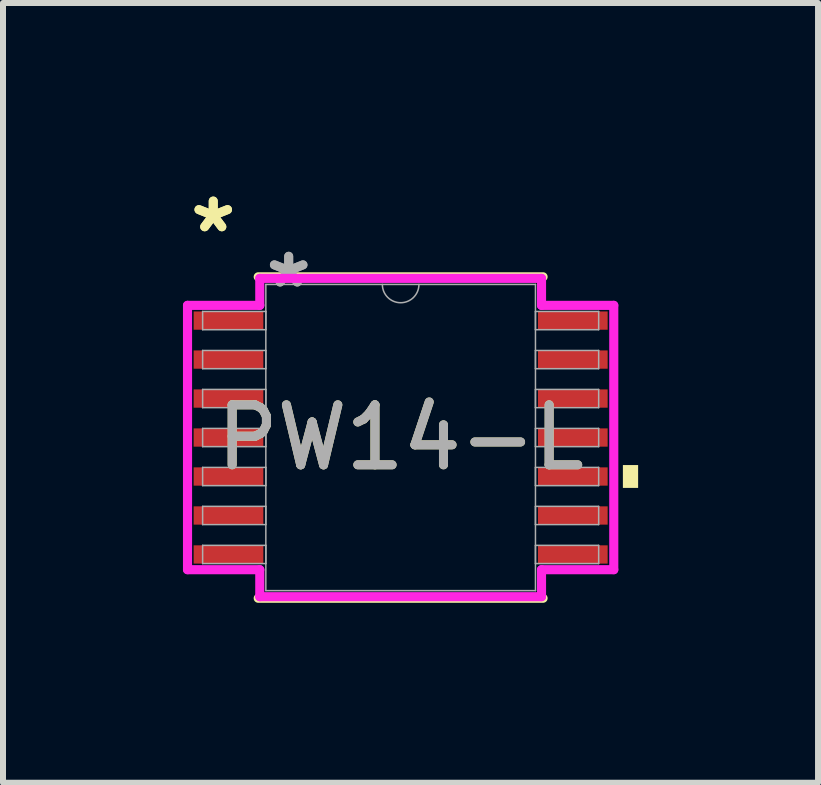
<source format=kicad_pcb>
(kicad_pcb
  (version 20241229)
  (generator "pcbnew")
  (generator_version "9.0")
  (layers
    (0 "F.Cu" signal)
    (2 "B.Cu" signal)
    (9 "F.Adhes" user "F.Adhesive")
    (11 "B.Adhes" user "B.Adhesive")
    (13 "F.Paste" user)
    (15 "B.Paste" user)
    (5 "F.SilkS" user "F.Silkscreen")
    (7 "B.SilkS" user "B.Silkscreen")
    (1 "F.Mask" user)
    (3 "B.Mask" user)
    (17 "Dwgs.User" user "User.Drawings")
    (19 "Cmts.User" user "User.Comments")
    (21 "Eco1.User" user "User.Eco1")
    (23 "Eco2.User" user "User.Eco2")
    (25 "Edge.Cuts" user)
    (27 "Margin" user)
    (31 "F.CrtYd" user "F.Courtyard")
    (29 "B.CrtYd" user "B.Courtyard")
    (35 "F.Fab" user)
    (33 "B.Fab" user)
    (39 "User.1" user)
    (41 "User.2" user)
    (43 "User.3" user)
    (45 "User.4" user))
  (footprint "PW14-L"
    (layer "F.Cu")
    (at 3.631 4.246)
    (property "Reference" "PW14-L" (at 0 0 0) (unlocked yes) (layer "F.SilkS") (effects (font (size 1 1) (thickness 0.15))))
    (attr smd)
    (fp_line (start -2.375 2.68) (end 2.375 2.68) (stroke (width 0.152) (type solid)) (layer "F.SilkS"))
    (fp_line (start 2.375 -2.68) (end -2.375 -2.68) (stroke (width 0.152) (type solid)) (layer "F.SilkS"))
    (fp_poly (pts (xy 3.96 0.459) (xy 3.96 0.84) (xy 3.706 0.84) (xy 3.706 0.459)) (stroke (width 0) (type solid)) (fill yes) (layer "F.SilkS"))
    (fp_line (start -3.554 -2.204) (end -2.349 -2.204) (stroke (width 0.152) (type solid)) (layer "F.CrtYd"))
    (fp_line (start -3.554 2.204) (end -3.554 -2.204) (stroke (width 0.152) (type solid)) (layer "F.CrtYd"))
    (fp_line (start -3.554 2.204) (end -2.349 2.204) (stroke (width 0.152) (type solid)) (layer "F.CrtYd"))
    (fp_line (start -2.349 -2.654) (end 2.349 -2.654) (stroke (width 0.152) (type solid)) (layer "F.CrtYd"))
    (fp_line (start -2.349 -2.204) (end -2.349 -2.654) (stroke (width 0.152) (type solid)) (layer "F.CrtYd"))
    (fp_line (start -2.349 2.654) (end -2.349 2.204) (stroke (width 0.152) (type solid)) (layer "F.CrtYd"))
    (fp_line (start 2.349 -2.654) (end 2.349 -2.204) (stroke (width 0.152) (type solid)) (layer "F.CrtYd"))
    (fp_line (start 2.349 2.204) (end 2.349 2.654) (stroke (width 0.152) (type solid)) (layer "F.CrtYd"))
    (fp_line (start 2.349 2.654) (end -2.349 2.654) (stroke (width 0.152) (type solid)) (layer "F.CrtYd"))
    (fp_line (start 3.554 -2.204) (end 2.349 -2.204) (stroke (width 0.152) (type solid)) (layer "F.CrtYd"))
    (fp_line (start 3.554 -2.204) (end 3.554 2.204) (stroke (width 0.152) (type solid)) (layer "F.CrtYd"))
    (fp_line (start 3.554 2.204) (end 2.349 2.204) (stroke (width 0.152) (type solid)) (layer "F.CrtYd"))
    (fp_line (start -3.302 -2.102) (end -3.302 -1.798) (stroke (width 0.025) (type solid)) (layer "F.Fab"))
    (fp_line (start -3.302 -1.798) (end -2.248 -1.798) (stroke (width 0.025) (type solid)) (layer "F.Fab"))
    (fp_line (start -3.302 -1.452) (end -3.302 -1.148) (stroke (width 0.025) (type solid)) (layer "F.Fab"))
    (fp_line (start -3.302 -1.148) (end -2.248 -1.148) (stroke (width 0.025) (type solid)) (layer "F.Fab"))
    (fp_line (start -3.302 -0.802) (end -3.302 -0.498) (stroke (width 0.025) (type solid)) (layer "F.Fab"))
    (fp_line (start -3.302 -0.498) (end -2.248 -0.498) (stroke (width 0.025) (type solid)) (layer "F.Fab"))
    (fp_line (start -3.302 -0.152) (end -3.302 0.152) (stroke (width 0.025) (type solid)) (layer "F.Fab"))
    (fp_line (start -3.302 0.152) (end -2.248 0.152) (stroke (width 0.025) (type solid)) (layer "F.Fab"))
    (fp_line (start -3.302 0.498) (end -3.302 0.802) (stroke (width 0.025) (type solid)) (layer "F.Fab"))
    (fp_line (start -3.302 0.802) (end -2.248 0.802) (stroke (width 0.025) (type solid)) (layer "F.Fab"))
    (fp_line (start -3.302 1.148) (end -3.302 1.452) (stroke (width 0.025) (type solid)) (layer "F.Fab"))
    (fp_line (start -3.302 1.452) (end -2.248 1.452) (stroke (width 0.025) (type solid)) (layer "F.Fab"))
    (fp_line (start -3.302 1.798) (end -3.302 2.102) (stroke (width 0.025) (type solid)) (layer "F.Fab"))
    (fp_line (start -3.302 2.102) (end -2.248 2.102) (stroke (width 0.025) (type solid)) (layer "F.Fab"))
    (fp_line (start -2.248 -2.553) (end -2.248 2.553) (stroke (width 0.025) (type solid)) (layer "F.Fab"))
    (fp_line (start -2.248 -2.102) (end -3.302 -2.102) (stroke (width 0.025) (type solid)) (layer "F.Fab"))
    (fp_line (start -2.248 -1.798) (end -2.248 -2.102) (stroke (width 0.025) (type solid)) (layer "F.Fab"))
    (fp_line (start -2.248 -1.452) (end -3.302 -1.452) (stroke (width 0.025) (type solid)) (layer "F.Fab"))
    (fp_line (start -2.248 -1.148) (end -2.248 -1.452) (stroke (width 0.025) (type solid)) (layer "F.Fab"))
    (fp_line (start -2.248 -0.802) (end -3.302 -0.802) (stroke (width 0.025) (type solid)) (layer "F.Fab"))
    (fp_line (start -2.248 -0.498) (end -2.248 -0.802) (stroke (width 0.025) (type solid)) (layer "F.Fab"))
    (fp_line (start -2.248 -0.152) (end -3.302 -0.152) (stroke (width 0.025) (type solid)) (layer "F.Fab"))
    (fp_line (start -2.248 0.152) (end -2.248 -0.152) (stroke (width 0.025) (type solid)) (layer "F.Fab"))
    (fp_line (start -2.248 0.498) (end -3.302 0.498) (stroke (width 0.025) (type solid)) (layer "F.Fab"))
    (fp_line (start -2.248 0.802) (end -2.248 0.498) (stroke (width 0.025) (type solid)) (layer "F.Fab"))
    (fp_line (start -2.248 1.148) (end -3.302 1.148) (stroke (width 0.025) (type solid)) (layer "F.Fab"))
    (fp_line (start -2.248 1.452) (end -2.248 1.148) (stroke (width 0.025) (type solid)) (layer "F.Fab"))
    (fp_line (start -2.248 1.798) (end -3.302 1.798) (stroke (width 0.025) (type solid)) (layer "F.Fab"))
    (fp_line (start -2.248 2.102) (end -2.248 1.798) (stroke (width 0.025) (type solid)) (layer "F.Fab"))
    (fp_line (start -2.248 2.553) (end 2.248 2.553) (stroke (width 0.025) (type solid)) (layer "F.Fab"))
    (fp_line (start 2.248 -2.553) (end -2.248 -2.553) (stroke (width 0.025) (type solid)) (layer "F.Fab"))
    (fp_line (start 2.248 -2.102) (end 2.248 -1.798) (stroke (width 0.025) (type solid)) (layer "F.Fab"))
    (fp_line (start 2.248 -1.798) (end 3.302 -1.798) (stroke (width 0.025) (type solid)) (layer "F.Fab"))
    (fp_line (start 2.248 -1.452) (end 2.248 -1.148) (stroke (width 0.025) (type solid)) (layer "F.Fab"))
    (fp_line (start 2.248 -1.148) (end 3.302 -1.148) (stroke (width 0.025) (type solid)) (layer "F.Fab"))
    (fp_line (start 2.248 -0.802) (end 2.248 -0.498) (stroke (width 0.025) (type solid)) (layer "F.Fab"))
    (fp_line (start 2.248 -0.498) (end 3.302 -0.498) (stroke (width 0.025) (type solid)) (layer "F.Fab"))
    (fp_line (start 2.248 -0.152) (end 2.248 0.152) (stroke (width 0.025) (type solid)) (layer "F.Fab"))
    (fp_line (start 2.248 0.152) (end 3.302 0.152) (stroke (width 0.025) (type solid)) (layer "F.Fab"))
    (fp_line (start 2.248 0.498) (end 2.248 0.802) (stroke (width 0.025) (type solid)) (layer "F.Fab"))
    (fp_line (start 2.248 0.802) (end 3.302 0.802) (stroke (width 0.025) (type solid)) (layer "F.Fab"))
    (fp_line (start 2.248 1.148) (end 2.248 1.452) (stroke (width 0.025) (type solid)) (layer "F.Fab"))
    (fp_line (start 2.248 1.452) (end 3.302 1.452) (stroke (width 0.025) (type solid)) (layer "F.Fab"))
    (fp_line (start 2.248 1.798) (end 2.248 2.102) (stroke (width 0.025) (type solid)) (layer "F.Fab"))
    (fp_line (start 2.248 2.102) (end 3.302 2.102) (stroke (width 0.025) (type solid)) (layer "F.Fab"))
    (fp_line (start 2.248 2.553) (end 2.248 -2.553) (stroke (width 0.025) (type solid)) (layer "F.Fab"))
    (fp_line (start 3.302 -2.102) (end 2.248 -2.102) (stroke (width 0.025) (type solid)) (layer "F.Fab"))
    (fp_line (start 3.302 -1.798) (end 3.302 -2.102) (stroke (width 0.025) (type solid)) (layer "F.Fab"))
    (fp_line (start 3.302 -1.452) (end 2.248 -1.452) (stroke (width 0.025) (type solid)) (layer "F.Fab"))
    (fp_line (start 3.302 -1.148) (end 3.302 -1.452) (stroke (width 0.025) (type solid)) (layer "F.Fab"))
    (fp_line (start 3.302 -0.802) (end 2.248 -0.802) (stroke (width 0.025) (type solid)) (layer "F.Fab"))
    (fp_line (start 3.302 -0.498) (end 3.302 -0.802) (stroke (width 0.025) (type solid)) (layer "F.Fab"))
    (fp_line (start 3.302 -0.152) (end 2.248 -0.152) (stroke (width 0.025) (type solid)) (layer "F.Fab"))
    (fp_line (start 3.302 0.152) (end 3.302 -0.152) (stroke (width 0.025) (type solid)) (layer "F.Fab"))
    (fp_line (start 3.302 0.498) (end 2.248 0.498) (stroke (width 0.025) (type solid)) (layer "F.Fab"))
    (fp_line (start 3.302 0.802) (end 3.302 0.498) (stroke (width 0.025) (type solid)) (layer "F.Fab"))
    (fp_line (start 3.302 1.148) (end 2.248 1.148) (stroke (width 0.025) (type solid)) (layer "F.Fab"))
    (fp_line (start 3.302 1.452) (end 3.302 1.148) (stroke (width 0.025) (type solid)) (layer "F.Fab"))
    (fp_line (start 3.302 1.798) (end 2.248 1.798) (stroke (width 0.025) (type solid)) (layer "F.Fab"))
    (fp_line (start 3.302 2.102) (end 3.302 1.798) (stroke (width 0.025) (type solid)) (layer "F.Fab"))
    (fp_arc (start 0.3048 -2.5527) (mid 0 -2.2479) (end -0.3048 -2.5527) (stroke (width 0.0254) (type solid)) (layer "F.Fab"))
    (fp_text user "*" (at -3.125 -3.398 0) (unlocked yes) (layer "F.SilkS") (effects (font (size 1 1) (thickness 0.15))))
    (fp_text user "*" (at -3.125 -3.398 0) (layer "F.SilkS") (effects (font (size 1 1) (thickness 0.15))))
    (fp_text user "${REFERENCE}" (at 0 0 0) (unlocked yes) (layer "F.Fab") (effects (font (size 1 1) (thickness 0.15))))
    (fp_text user "*" (at -1.867 -2.477 0) (unlocked yes) (layer "F.Fab") (effects (font (size 1 1) (thickness 0.15))))
    (fp_text user "*" (at -1.867 -2.477 0) (layer "F.Fab") (effects (font (size 1 1) (thickness 0.15))))
    (pad "1" smd rect (at -2.871 -1.95) (size 1.162 0.305) (layers "F.Cu" "F.Mask" "F.Paste"))
    (pad "2" smd rect (at -2.871 -1.3) (size 1.162 0.305) (layers "F.Cu" "F.Mask" "F.Paste"))
    (pad "3" smd rect (at -2.871 -0.65) (size 1.162 0.305) (layers "F.Cu" "F.Mask" "F.Paste"))
    (pad "4" smd rect (at -2.871 0) (size 1.162 0.305) (layers "F.Cu" "F.Mask" "F.Paste"))
    (pad "5" smd rect (at -2.871 0.65) (size 1.162 0.305) (layers "F.Cu" "F.Mask" "F.Paste"))
    (pad "6" smd rect (at -2.871 1.3) (size 1.162 0.305) (layers "F.Cu" "F.Mask" "F.Paste"))
    (pad "7" smd rect (at -2.871 1.95) (size 1.162 0.305) (layers "F.Cu" "F.Mask" "F.Paste"))
    (pad "8" smd rect (at 2.871 1.95) (size 1.162 0.305) (layers "F.Cu" "F.Mask" "F.Paste"))
    (pad "9" smd rect (at 2.871 1.3) (size 1.162 0.305) (layers "F.Cu" "F.Mask" "F.Paste"))
    (pad "10" smd rect (at 2.871 0.65) (size 1.162 0.305) (layers "F.Cu" "F.Mask" "F.Paste"))
    (pad "11" smd rect (at 2.871 0) (size 1.162 0.305) (layers "F.Cu" "F.Mask" "F.Paste"))
    (pad "12" smd rect (at 2.871 -0.65) (size 1.162 0.305) (layers "F.Cu" "F.Mask" "F.Paste"))
    (pad "13" smd rect (at 2.871 -1.3) (size 1.162 0.305) (layers "F.Cu" "F.Mask" "F.Paste"))
    (pad "14" smd rect (at 2.871 -1.95) (size 1.162 0.305) (layers "F.Cu" "F.Mask" "F.Paste")))
  (gr_rect
    (start -3 -3)
    (end 10.591 10.002)
    (stroke (width 0.1) (type default))
    (fill no)
    (layer "Edge.Cuts")))
</source>
